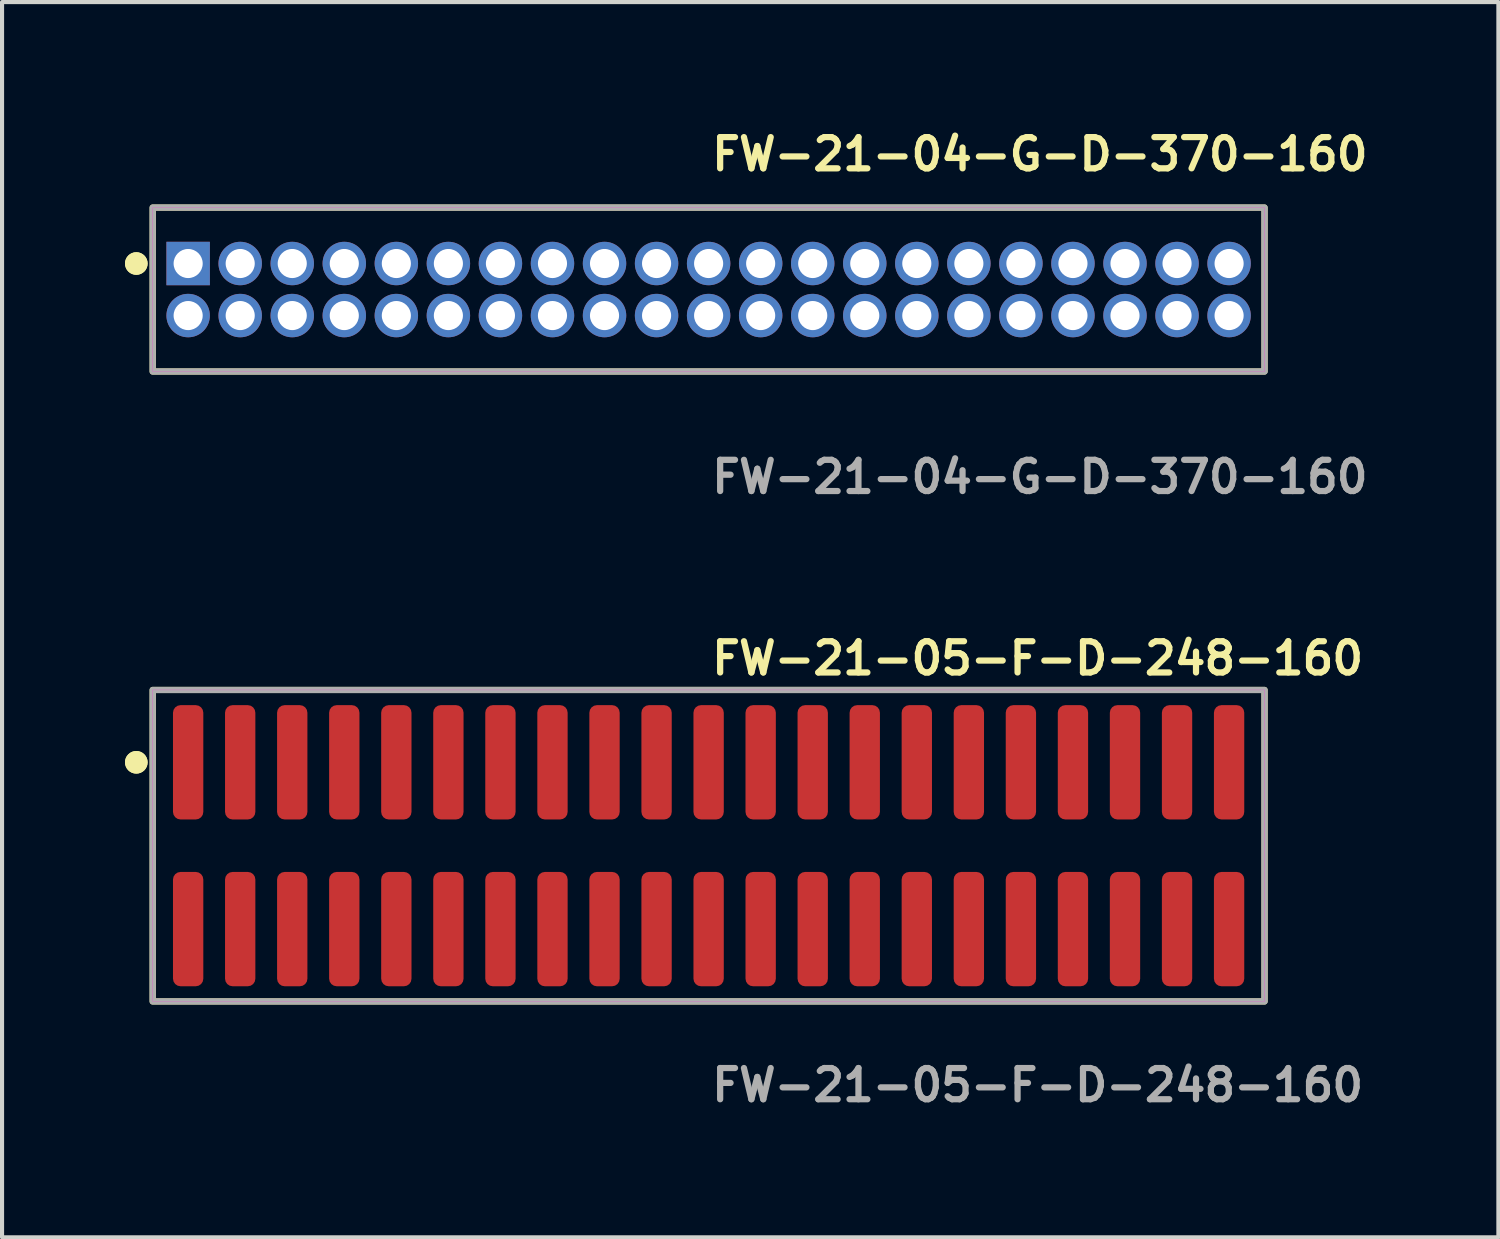
<source format=kicad_pcb>
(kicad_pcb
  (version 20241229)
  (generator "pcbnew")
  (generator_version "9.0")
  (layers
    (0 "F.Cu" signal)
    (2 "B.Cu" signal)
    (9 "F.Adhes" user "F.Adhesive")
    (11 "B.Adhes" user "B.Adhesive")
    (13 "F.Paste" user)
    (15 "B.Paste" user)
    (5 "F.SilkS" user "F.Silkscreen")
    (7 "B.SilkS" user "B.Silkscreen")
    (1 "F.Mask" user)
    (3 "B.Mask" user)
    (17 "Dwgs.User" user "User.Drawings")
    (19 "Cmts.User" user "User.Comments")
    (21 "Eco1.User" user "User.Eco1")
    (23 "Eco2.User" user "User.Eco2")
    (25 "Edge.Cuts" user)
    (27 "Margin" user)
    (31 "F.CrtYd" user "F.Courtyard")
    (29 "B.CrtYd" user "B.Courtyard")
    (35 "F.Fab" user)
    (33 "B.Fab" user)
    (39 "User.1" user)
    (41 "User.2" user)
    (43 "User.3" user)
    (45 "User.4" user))
  (footprint "FW-21-04-G-D-370-160"
    (layer "F.Cu")
    (at 14.241 4.015)
    (property "Reference" "FW-21-04-G-D-370-160" (at 0 -3.302 0) (unlocked yes) (layer "F.SilkS") (effects (font (size 0.762 0.762) (thickness 0.152)) (justify left)))
    (fp_rect (start -13.565 2) (end 13.565 -2) (stroke (width 0.152) (type solid)) (fill no) (layer "F.SilkS"))
    (fp_circle (center -13.965 -0.635) (end -14.165 -0.635) (stroke (width 0.152) (type solid)) (fill yes) (layer "F.SilkS"))
    (fp_circle (center -13.965 -0.635) (end -14.165 -0.635) (stroke (width 0.152) (type solid)) (fill yes) (layer "F.SilkS"))
    (fp_rect (start -13.565 2) (end 13.565 -2) (stroke (width 0.006) (type solid)) (fill no) (layer "F.CrtYd"))
    (fp_rect (start -13.565 2) (end 13.565 -2) (stroke (width 0.152) (type solid)) (fill no) (layer "F.Fab"))
    (fp_text user "${REFERENCE}" (at 0 4.572 0) (unlocked yes) (layer "F.Fab") (effects (font (size 0.762 0.762) (thickness 0.152)) (justify left)))
    (pad "1" thru_hole rect (at -12.7 -0.635) (size 1.06 1.06) (drill 0.71) (layers "*.Cu" "*.Mask"))
    (pad "2" thru_hole circle (at -12.7 0.635) (size 1.06 1.06) (drill 0.71) (layers "*.Cu" "*.Mask"))
    (pad "3" thru_hole circle (at -11.43 -0.635) (size 1.06 1.06) (drill 0.71) (layers "*.Cu" "*.Mask"))
    (pad "4" thru_hole circle (at -11.43 0.635) (size 1.06 1.06) (drill 0.71) (layers "*.Cu" "*.Mask"))
    (pad "5" thru_hole circle (at -10.16 -0.635) (size 1.06 1.06) (drill 0.71) (layers "*.Cu" "*.Mask"))
    (pad "6" thru_hole circle (at -10.16 0.635) (size 1.06 1.06) (drill 0.71) (layers "*.Cu" "*.Mask"))
    (pad "7" thru_hole circle (at -8.89 -0.635) (size 1.06 1.06) (drill 0.71) (layers "*.Cu" "*.Mask"))
    (pad "8" thru_hole circle (at -8.89 0.635) (size 1.06 1.06) (drill 0.71) (layers "*.Cu" "*.Mask"))
    (pad "9" thru_hole circle (at -7.62 -0.635) (size 1.06 1.06) (drill 0.71) (layers "*.Cu" "*.Mask"))
    (pad "10" thru_hole circle (at -7.62 0.635) (size 1.06 1.06) (drill 0.71) (layers "*.Cu" "*.Mask"))
    (pad "11" thru_hole circle (at -6.35 -0.635) (size 1.06 1.06) (drill 0.71) (layers "*.Cu" "*.Mask"))
    (pad "12" thru_hole circle (at -6.35 0.635) (size 1.06 1.06) (drill 0.71) (layers "*.Cu" "*.Mask"))
    (pad "13" thru_hole circle (at -5.08 -0.635) (size 1.06 1.06) (drill 0.71) (layers "*.Cu" "*.Mask"))
    (pad "14" thru_hole circle (at -5.08 0.635) (size 1.06 1.06) (drill 0.71) (layers "*.Cu" "*.Mask"))
    (pad "15" thru_hole circle (at -3.81 -0.635) (size 1.06 1.06) (drill 0.71) (layers "*.Cu" "*.Mask"))
    (pad "16" thru_hole circle (at -3.81 0.635) (size 1.06 1.06) (drill 0.71) (layers "*.Cu" "*.Mask"))
    (pad "17" thru_hole circle (at -2.54 -0.635) (size 1.06 1.06) (drill 0.71) (layers "*.Cu" "*.Mask"))
    (pad "18" thru_hole circle (at -2.54 0.635) (size 1.06 1.06) (drill 0.71) (layers "*.Cu" "*.Mask"))
    (pad "19" thru_hole circle (at -1.27 -0.635) (size 1.06 1.06) (drill 0.71) (layers "*.Cu" "*.Mask"))
    (pad "20" thru_hole circle (at -1.27 0.635) (size 1.06 1.06) (drill 0.71) (layers "*.Cu" "*.Mask"))
    (pad "21" thru_hole circle (at 0 -0.635) (size 1.06 1.06) (drill 0.71) (layers "*.Cu" "*.Mask"))
    (pad "22" thru_hole circle (at 0 0.635) (size 1.06 1.06) (drill 0.71) (layers "*.Cu" "*.Mask"))
    (pad "23" thru_hole circle (at 1.27 -0.635) (size 1.06 1.06) (drill 0.71) (layers "*.Cu" "*.Mask"))
    (pad "24" thru_hole circle (at 1.27 0.635) (size 1.06 1.06) (drill 0.71) (layers "*.Cu" "*.Mask"))
    (pad "25" thru_hole circle (at 2.54 -0.635) (size 1.06 1.06) (drill 0.71) (layers "*.Cu" "*.Mask"))
    (pad "26" thru_hole circle (at 2.54 0.635) (size 1.06 1.06) (drill 0.71) (layers "*.Cu" "*.Mask"))
    (pad "27" thru_hole circle (at 3.81 -0.635) (size 1.06 1.06) (drill 0.71) (layers "*.Cu" "*.Mask"))
    (pad "28" thru_hole circle (at 3.81 0.635) (size 1.06 1.06) (drill 0.71) (layers "*.Cu" "*.Mask"))
    (pad "29" thru_hole circle (at 5.08 -0.635) (size 1.06 1.06) (drill 0.71) (layers "*.Cu" "*.Mask"))
    (pad "30" thru_hole circle (at 5.08 0.635) (size 1.06 1.06) (drill 0.71) (layers "*.Cu" "*.Mask"))
    (pad "31" thru_hole circle (at 6.35 -0.635) (size 1.06 1.06) (drill 0.71) (layers "*.Cu" "*.Mask"))
    (pad "32" thru_hole circle (at 6.35 0.635) (size 1.06 1.06) (drill 0.71) (layers "*.Cu" "*.Mask"))
    (pad "33" thru_hole circle (at 7.62 -0.635) (size 1.06 1.06) (drill 0.71) (layers "*.Cu" "*.Mask"))
    (pad "34" thru_hole circle (at 7.62 0.635) (size 1.06 1.06) (drill 0.71) (layers "*.Cu" "*.Mask"))
    (pad "35" thru_hole circle (at 8.89 -0.635) (size 1.06 1.06) (drill 0.71) (layers "*.Cu" "*.Mask"))
    (pad "36" thru_hole circle (at 8.89 0.635) (size 1.06 1.06) (drill 0.71) (layers "*.Cu" "*.Mask"))
    (pad "37" thru_hole circle (at 10.16 -0.635) (size 1.06 1.06) (drill 0.71) (layers "*.Cu" "*.Mask"))
    (pad "38" thru_hole circle (at 10.16 0.635) (size 1.06 1.06) (drill 0.71) (layers "*.Cu" "*.Mask"))
    (pad "39" thru_hole circle (at 11.43 -0.635) (size 1.06 1.06) (drill 0.71) (layers "*.Cu" "*.Mask"))
    (pad "40" thru_hole circle (at 11.43 0.635) (size 1.06 1.06) (drill 0.71) (layers "*.Cu" "*.Mask"))
    (pad "41" thru_hole circle (at 12.7 -0.635) (size 1.06 1.06) (drill 0.71) (layers "*.Cu" "*.Mask"))
    (pad "42" thru_hole circle (at 12.7 0.635) (size 1.06 1.06) (drill 0.71) (layers "*.Cu" "*.Mask")))
  (footprint "FW-21-05-F-D-248-160"
    (layer "F.Cu")
    (at 14.241 17.586)
    (property "Reference" "FW-21-05-F-D-248-160" (at 0 -4.572 0) (unlocked yes) (layer "F.SilkS") (effects (font (size 0.762 0.762) (thickness 0.152)) (justify left)))
    (fp_rect (start -13.565 3.8) (end 13.565 -3.8) (stroke (width 0.152) (type solid)) (fill no) (layer "F.SilkS"))
    (fp_circle (center -13.965 -2.035) (end -14.165 -2.035) (stroke (width 0.152) (type solid)) (fill yes) (layer "F.SilkS"))
    (fp_circle (center -13.965 -2.035) (end -14.165 -2.035) (stroke (width 0.152) (type solid)) (fill yes) (layer "F.SilkS"))
    (fp_rect (start -13.565 3.8) (end 13.565 -3.8) (stroke (width 0.006) (type solid)) (fill no) (layer "F.CrtYd"))
    (fp_rect (start -13.565 3.8) (end 13.565 -3.8) (stroke (width 0.152) (type solid)) (fill no) (layer "F.Fab"))
    (fp_text user "${REFERENCE}" (at 0 5.842 0) (unlocked yes) (layer "F.Fab") (effects (font (size 0.762 0.762) (thickness 0.152)) (justify left)))
    (pad "1" smd roundrect (at -12.7 -2.035) (size 0.74 2.79) (layers "F.Cu" "F.Paste") (roundrect_rratio 0.25))
    (pad "2" smd roundrect (at -12.7 2.035) (size 0.74 2.79) (layers "F.Cu" "F.Paste") (roundrect_rratio 0.25))
    (pad "3" smd roundrect (at -11.43 -2.035) (size 0.74 2.79) (layers "F.Cu" "F.Paste") (roundrect_rratio 0.25))
    (pad "4" smd roundrect (at -11.43 2.035) (size 0.74 2.79) (layers "F.Cu" "F.Paste") (roundrect_rratio 0.25))
    (pad "5" smd roundrect (at -10.16 -2.035) (size 0.74 2.79) (layers "F.Cu" "F.Paste") (roundrect_rratio 0.25))
    (pad "6" smd roundrect (at -10.16 2.035) (size 0.74 2.79) (layers "F.Cu" "F.Paste") (roundrect_rratio 0.25))
    (pad "7" smd roundrect (at -8.89 -2.035) (size 0.74 2.79) (layers "F.Cu" "F.Paste") (roundrect_rratio 0.25))
    (pad "8" smd roundrect (at -8.89 2.035) (size 0.74 2.79) (layers "F.Cu" "F.Paste") (roundrect_rratio 0.25))
    (pad "9" smd roundrect (at -7.62 -2.035) (size 0.74 2.79) (layers "F.Cu" "F.Paste") (roundrect_rratio 0.25))
    (pad "10" smd roundrect (at -7.62 2.035) (size 0.74 2.79) (layers "F.Cu" "F.Paste") (roundrect_rratio 0.25))
    (pad "11" smd roundrect (at -6.35 -2.035) (size 0.74 2.79) (layers "F.Cu" "F.Paste") (roundrect_rratio 0.25))
    (pad "12" smd roundrect (at -6.35 2.035) (size 0.74 2.79) (layers "F.Cu" "F.Paste") (roundrect_rratio 0.25))
    (pad "13" smd roundrect (at -5.08 -2.035) (size 0.74 2.79) (layers "F.Cu" "F.Paste") (roundrect_rratio 0.25))
    (pad "14" smd roundrect (at -5.08 2.035) (size 0.74 2.79) (layers "F.Cu" "F.Paste") (roundrect_rratio 0.25))
    (pad "15" smd roundrect (at -3.81 -2.035) (size 0.74 2.79) (layers "F.Cu" "F.Paste") (roundrect_rratio 0.25))
    (pad "16" smd roundrect (at -3.81 2.035) (size 0.74 2.79) (layers "F.Cu" "F.Paste") (roundrect_rratio 0.25))
    (pad "17" smd roundrect (at -2.54 -2.035) (size 0.74 2.79) (layers "F.Cu" "F.Paste") (roundrect_rratio 0.25))
    (pad "18" smd roundrect (at -2.54 2.035) (size 0.74 2.79) (layers "F.Cu" "F.Paste") (roundrect_rratio 0.25))
    (pad "19" smd roundrect (at -1.27 -2.035) (size 0.74 2.79) (layers "F.Cu" "F.Paste") (roundrect_rratio 0.25))
    (pad "20" smd roundrect (at -1.27 2.035) (size 0.74 2.79) (layers "F.Cu" "F.Paste") (roundrect_rratio 0.25))
    (pad "21" smd roundrect (at 0 -2.035) (size 0.74 2.79) (layers "F.Cu" "F.Paste") (roundrect_rratio 0.25))
    (pad "22" smd roundrect (at 0 2.035) (size 0.74 2.79) (layers "F.Cu" "F.Paste") (roundrect_rratio 0.25))
    (pad "23" smd roundrect (at 1.27 -2.035) (size 0.74 2.79) (layers "F.Cu" "F.Paste") (roundrect_rratio 0.25))
    (pad "24" smd roundrect (at 1.27 2.035) (size 0.74 2.79) (layers "F.Cu" "F.Paste") (roundrect_rratio 0.25))
    (pad "25" smd roundrect (at 2.54 -2.035) (size 0.74 2.79) (layers "F.Cu" "F.Paste") (roundrect_rratio 0.25))
    (pad "26" smd roundrect (at 2.54 2.035) (size 0.74 2.79) (layers "F.Cu" "F.Paste") (roundrect_rratio 0.25))
    (pad "27" smd roundrect (at 3.81 -2.035) (size 0.74 2.79) (layers "F.Cu" "F.Paste") (roundrect_rratio 0.25))
    (pad "28" smd roundrect (at 3.81 2.035) (size 0.74 2.79) (layers "F.Cu" "F.Paste") (roundrect_rratio 0.25))
    (pad "29" smd roundrect (at 5.08 -2.035) (size 0.74 2.79) (layers "F.Cu" "F.Paste") (roundrect_rratio 0.25))
    (pad "30" smd roundrect (at 5.08 2.035) (size 0.74 2.79) (layers "F.Cu" "F.Paste") (roundrect_rratio 0.25))
    (pad "31" smd roundrect (at 6.35 -2.035) (size 0.74 2.79) (layers "F.Cu" "F.Paste") (roundrect_rratio 0.25))
    (pad "32" smd roundrect (at 6.35 2.035) (size 0.74 2.79) (layers "F.Cu" "F.Paste") (roundrect_rratio 0.25))
    (pad "33" smd roundrect (at 7.62 -2.035) (size 0.74 2.79) (layers "F.Cu" "F.Paste") (roundrect_rratio 0.25))
    (pad "34" smd roundrect (at 7.62 2.035) (size 0.74 2.79) (layers "F.Cu" "F.Paste") (roundrect_rratio 0.25))
    (pad "35" smd roundrect (at 8.89 -2.035) (size 0.74 2.79) (layers "F.Cu" "F.Paste") (roundrect_rratio 0.25))
    (pad "36" smd roundrect (at 8.89 2.035) (size 0.74 2.79) (layers "F.Cu" "F.Paste") (roundrect_rratio 0.25))
    (pad "37" smd roundrect (at 10.16 -2.035) (size 0.74 2.79) (layers "F.Cu" "F.Paste") (roundrect_rratio 0.25))
    (pad "38" smd roundrect (at 10.16 2.035) (size 0.74 2.79) (layers "F.Cu" "F.Paste") (roundrect_rratio 0.25))
    (pad "39" smd roundrect (at 11.43 -2.035) (size 0.74 2.79) (layers "F.Cu" "F.Paste") (roundrect_rratio 0.25))
    (pad "40" smd roundrect (at 11.43 2.035) (size 0.74 2.79) (layers "F.Cu" "F.Paste") (roundrect_rratio 0.25))
    (pad "41" smd roundrect (at 12.7 -2.035) (size 0.74 2.79) (layers "F.Cu" "F.Paste") (roundrect_rratio 0.25))
    (pad "42" smd roundrect (at 12.7 2.035) (size 0.74 2.79) (layers "F.Cu" "F.Paste") (roundrect_rratio 0.25)))
  (gr_rect
    (start -3 -3)
    (end 33.512 27.141)
    (stroke (width 0.1) (type default))
    (fill no)
    (layer "Edge.Cuts")))
</source>
